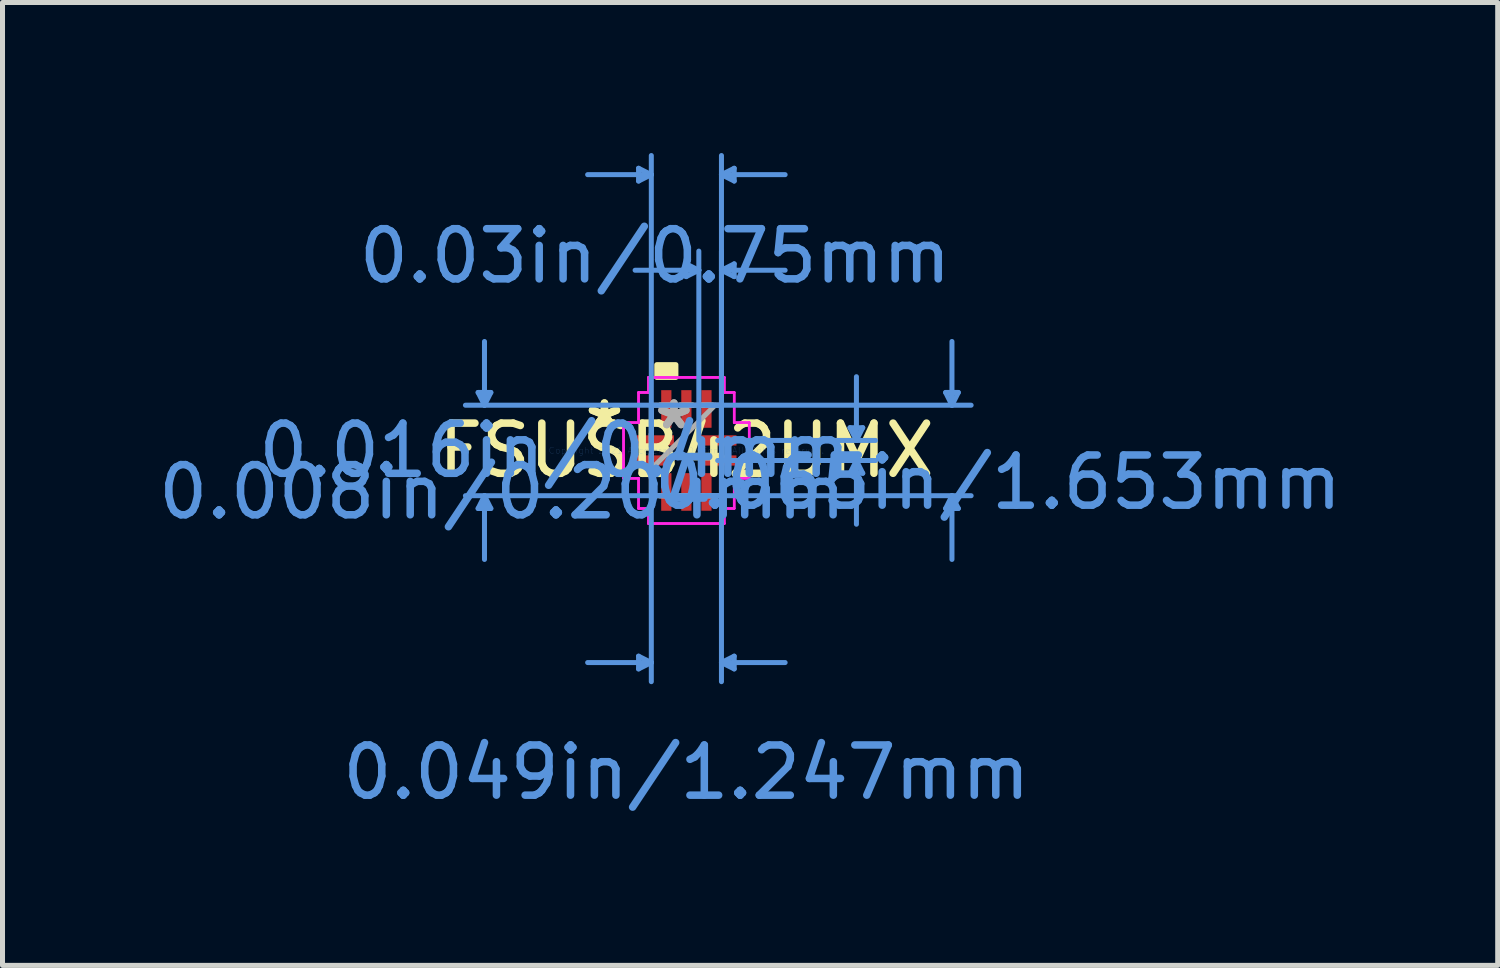
<source format=kicad_pcb>
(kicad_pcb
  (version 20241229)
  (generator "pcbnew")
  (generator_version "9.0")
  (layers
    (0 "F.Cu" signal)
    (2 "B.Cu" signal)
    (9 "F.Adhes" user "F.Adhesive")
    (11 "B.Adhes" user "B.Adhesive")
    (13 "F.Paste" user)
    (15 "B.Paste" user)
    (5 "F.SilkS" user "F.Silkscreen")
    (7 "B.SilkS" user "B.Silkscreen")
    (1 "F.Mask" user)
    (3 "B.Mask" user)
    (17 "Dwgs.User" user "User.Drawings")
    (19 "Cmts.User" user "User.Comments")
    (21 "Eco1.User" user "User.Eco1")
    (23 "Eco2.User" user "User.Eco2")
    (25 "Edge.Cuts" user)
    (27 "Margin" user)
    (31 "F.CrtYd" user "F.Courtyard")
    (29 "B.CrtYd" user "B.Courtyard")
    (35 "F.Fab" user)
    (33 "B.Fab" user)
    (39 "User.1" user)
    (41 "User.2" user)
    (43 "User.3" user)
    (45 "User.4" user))
  (footprint "FSUSB42UMX"
    (layer "F.Cu")
    (at 10.63 5.928)
    (property "Reference" "FSUSB42UMX" (at 0 0 0) (layer "F.SilkS") (effects (font (size 1 1) (thickness 0.15))))
    (attr through_hole)
    (fp_poly (pts (xy -0.59 -1.456) (xy -0.59 -1.71) (xy -0.209 -1.71) (xy -0.209 -1.456)) (stroke (width 0.1) (type solid)) (fill yes) (layer "F.SilkS"))
    (fp_line (start -4.151 -1.156) (end -3.897 -1.156) (stroke (width 0.1) (type solid)) (layer "Cmts.User"))
    (fp_line (start -4.151 1.156) (end -3.897 1.156) (stroke (width 0.1) (type solid)) (layer "Cmts.User"))
    (fp_line (start -4.024 -0.902) (end -4.151 -1.156) (stroke (width 0.1) (type solid)) (layer "Cmts.User"))
    (fp_line (start -4.024 -0.902) (end -4.024 -2.172) (stroke (width 0.1) (type solid)) (layer "Cmts.User"))
    (fp_line (start -4.024 -0.902) (end -3.897 -1.156) (stroke (width 0.1) (type solid)) (layer "Cmts.User"))
    (fp_line (start -4.024 0.902) (end -4.151 1.156) (stroke (width 0.1) (type solid)) (layer "Cmts.User"))
    (fp_line (start -4.024 0.902) (end -4.024 2.172) (stroke (width 0.1) (type solid)) (layer "Cmts.User"))
    (fp_line (start -4.024 0.902) (end -3.897 1.156) (stroke (width 0.1) (type solid)) (layer "Cmts.User"))
    (fp_line (start -0.953 -5.624) (end -0.953 -5.37) (stroke (width 0.1) (type solid)) (layer "Cmts.User"))
    (fp_line (start -0.953 4.1) (end -0.953 4.354) (stroke (width 0.1) (type solid)) (layer "Cmts.User"))
    (fp_line (start -0.699 -5.497) (end -1.968 -5.497) (stroke (width 0.1) (type solid)) (layer "Cmts.User"))
    (fp_line (start -0.699 -5.497) (end -0.953 -5.624) (stroke (width 0.1) (type solid)) (layer "Cmts.User"))
    (fp_line (start -0.699 -5.497) (end -0.953 -5.37) (stroke (width 0.1) (type solid)) (layer "Cmts.User"))
    (fp_line (start -0.699 -0.902) (end -0.699 4.608) (stroke (width 0.1) (type solid)) (layer "Cmts.User"))
    (fp_line (start -0.699 -0.2) (end -0.699 -5.878) (stroke (width 0.1) (type solid)) (layer "Cmts.User"))
    (fp_line (start -0.699 4.227) (end -1.968 4.227) (stroke (width 0.1) (type solid)) (layer "Cmts.User"))
    (fp_line (start -0.699 4.227) (end -0.953 4.1) (stroke (width 0.1) (type solid)) (layer "Cmts.User"))
    (fp_line (start -0.699 4.227) (end -0.953 4.354) (stroke (width 0.1) (type solid)) (layer "Cmts.User"))
    (fp_line (start -0.005 -3.719) (end -0.005 -3.465) (stroke (width 0.1) (type solid)) (layer "Cmts.User"))
    (fp_line (start 0.248 -3.592) (end -1.022 -3.592) (stroke (width 0.1) (type solid)) (layer "Cmts.User"))
    (fp_line (start 0.248 -3.592) (end -0.005 -3.719) (stroke (width 0.1) (type solid)) (layer "Cmts.User"))
    (fp_line (start 0.248 -3.592) (end -0.005 -3.465) (stroke (width 0.1) (type solid)) (layer "Cmts.User"))
    (fp_line (start 0.248 -0.2) (end 0.248 -3.973) (stroke (width 0.1) (type solid)) (layer "Cmts.User"))
    (fp_line (start 0.4 -0.902) (end 5.675 -0.902) (stroke (width 0.1) (type solid)) (layer "Cmts.User"))
    (fp_line (start 0.4 0.902) (end 5.675 0.902) (stroke (width 0.1) (type solid)) (layer "Cmts.User"))
    (fp_line (start 0.624 -0.2) (end 3.769 -0.2) (stroke (width 0.1) (type solid)) (layer "Cmts.User"))
    (fp_line (start 0.624 0.2) (end 3.769 0.2) (stroke (width 0.1) (type solid)) (layer "Cmts.User"))
    (fp_line (start 0.699 -5.497) (end 0.953 -5.624) (stroke (width 0.1) (type solid)) (layer "Cmts.User"))
    (fp_line (start 0.699 -5.497) (end 0.953 -5.37) (stroke (width 0.1) (type solid)) (layer "Cmts.User"))
    (fp_line (start 0.699 -5.497) (end 1.968 -5.497) (stroke (width 0.1) (type solid)) (layer "Cmts.User"))
    (fp_line (start 0.699 -3.592) (end 0.953 -3.719) (stroke (width 0.1) (type solid)) (layer "Cmts.User"))
    (fp_line (start 0.699 -3.592) (end 0.953 -3.465) (stroke (width 0.1) (type solid)) (layer "Cmts.User"))
    (fp_line (start 0.699 -3.592) (end 1.968 -3.592) (stroke (width 0.1) (type solid)) (layer "Cmts.User"))
    (fp_line (start 0.699 -0.902) (end -4.404 -0.902) (stroke (width 0.1) (type solid)) (layer "Cmts.User"))
    (fp_line (start 0.699 -0.902) (end 0.699 4.608) (stroke (width 0.1) (type solid)) (layer "Cmts.User"))
    (fp_line (start 0.699 -0.2) (end 0.699 -5.878) (stroke (width 0.1) (type solid)) (layer "Cmts.User"))
    (fp_line (start 0.699 -0.2) (end 0.699 -3.973) (stroke (width 0.1) (type solid)) (layer "Cmts.User"))
    (fp_line (start 0.699 0.902) (end -4.404 0.902) (stroke (width 0.1) (type solid)) (layer "Cmts.User"))
    (fp_line (start 0.699 4.227) (end 0.953 4.1) (stroke (width 0.1) (type solid)) (layer "Cmts.User"))
    (fp_line (start 0.699 4.227) (end 0.953 4.354) (stroke (width 0.1) (type solid)) (layer "Cmts.User"))
    (fp_line (start 0.699 4.227) (end 1.968 4.227) (stroke (width 0.1) (type solid)) (layer "Cmts.User"))
    (fp_line (start 0.953 -5.624) (end 0.953 -5.37) (stroke (width 0.1) (type solid)) (layer "Cmts.User"))
    (fp_line (start 0.953 -3.719) (end 0.953 -3.465) (stroke (width 0.1) (type solid)) (layer "Cmts.User"))
    (fp_line (start 0.953 4.1) (end 0.953 4.354) (stroke (width 0.1) (type solid)) (layer "Cmts.User"))
    (fp_line (start 3.261 -0.454) (end 3.515 -0.454) (stroke (width 0.1) (type solid)) (layer "Cmts.User"))
    (fp_line (start 3.261 0.454) (end 3.515 0.454) (stroke (width 0.1) (type solid)) (layer "Cmts.User"))
    (fp_line (start 3.389 -0.2) (end 3.261 -0.454) (stroke (width 0.1) (type solid)) (layer "Cmts.User"))
    (fp_line (start 3.389 -0.2) (end 3.389 -1.47) (stroke (width 0.1) (type solid)) (layer "Cmts.User"))
    (fp_line (start 3.389 -0.2) (end 3.515 -0.454) (stroke (width 0.1) (type solid)) (layer "Cmts.User"))
    (fp_line (start 3.389 0.2) (end 3.261 0.454) (stroke (width 0.1) (type solid)) (layer "Cmts.User"))
    (fp_line (start 3.389 0.2) (end 3.389 1.47) (stroke (width 0.1) (type solid)) (layer "Cmts.User"))
    (fp_line (start 3.389 0.2) (end 3.515 0.454) (stroke (width 0.1) (type solid)) (layer "Cmts.User"))
    (fp_line (start 5.167 -1.156) (end 5.42 -1.156) (stroke (width 0.1) (type solid)) (layer "Cmts.User"))
    (fp_line (start 5.167 1.156) (end 5.42 1.156) (stroke (width 0.1) (type solid)) (layer "Cmts.User"))
    (fp_line (start 5.293 -0.902) (end 5.167 -1.156) (stroke (width 0.1) (type solid)) (layer "Cmts.User"))
    (fp_line (start 5.293 -0.902) (end 5.293 -2.172) (stroke (width 0.1) (type solid)) (layer "Cmts.User"))
    (fp_line (start 5.293 -0.902) (end 5.42 -1.156) (stroke (width 0.1) (type solid)) (layer "Cmts.User"))
    (fp_line (start 5.293 0.902) (end 5.167 1.156) (stroke (width 0.1) (type solid)) (layer "Cmts.User"))
    (fp_line (start 5.293 0.902) (end 5.293 2.172) (stroke (width 0.1) (type solid)) (layer "Cmts.User"))
    (fp_line (start 5.293 0.902) (end 5.42 1.156) (stroke (width 0.1) (type solid)) (layer "Cmts.User"))
    (fp_line (start -1.252 -0.556) (end -0.953 -0.556) (stroke (width 0.05) (type solid)) (layer "F.CrtYd"))
    (fp_line (start -1.252 -0.556) (end -0.953 -0.556) (stroke (width 0.05) (type solid)) (layer "F.CrtYd"))
    (fp_line (start -1.252 0.556) (end -1.252 -0.556) (stroke (width 0.05) (type solid)) (layer "F.CrtYd"))
    (fp_line (start -1.252 0.556) (end -1.252 -0.556) (stroke (width 0.05) (type solid)) (layer "F.CrtYd"))
    (fp_line (start -0.953 -1.156) (end -0.756 -1.156) (stroke (width 0.05) (type solid)) (layer "F.CrtYd"))
    (fp_line (start -0.953 -1.156) (end -0.756 -1.156) (stroke (width 0.05) (type solid)) (layer "F.CrtYd"))
    (fp_line (start -0.953 -0.556) (end -0.953 -1.156) (stroke (width 0.05) (type solid)) (layer "F.CrtYd"))
    (fp_line (start -0.953 -0.556) (end -0.953 -1.156) (stroke (width 0.05) (type solid)) (layer "F.CrtYd"))
    (fp_line (start -0.953 0.556) (end -1.252 0.556) (stroke (width 0.05) (type solid)) (layer "F.CrtYd"))
    (fp_line (start -0.953 0.556) (end -1.252 0.556) (stroke (width 0.05) (type solid)) (layer "F.CrtYd"))
    (fp_line (start -0.953 1.156) (end -0.953 0.556) (stroke (width 0.05) (type solid)) (layer "F.CrtYd"))
    (fp_line (start -0.953 1.156) (end -0.953 0.556) (stroke (width 0.05) (type solid)) (layer "F.CrtYd"))
    (fp_line (start -0.756 -1.456) (end 0.756 -1.456) (stroke (width 0.05) (type solid)) (layer "F.CrtYd"))
    (fp_line (start -0.756 -1.456) (end 0.756 -1.456) (stroke (width 0.05) (type solid)) (layer "F.CrtYd"))
    (fp_line (start -0.756 -1.156) (end -0.756 -1.456) (stroke (width 0.05) (type solid)) (layer "F.CrtYd"))
    (fp_line (start -0.756 -1.156) (end -0.756 -1.456) (stroke (width 0.05) (type solid)) (layer "F.CrtYd"))
    (fp_line (start -0.756 1.156) (end -0.953 1.156) (stroke (width 0.05) (type solid)) (layer "F.CrtYd"))
    (fp_line (start -0.756 1.156) (end -0.953 1.156) (stroke (width 0.05) (type solid)) (layer "F.CrtYd"))
    (fp_line (start -0.756 1.456) (end -0.756 1.156) (stroke (width 0.05) (type solid)) (layer "F.CrtYd"))
    (fp_line (start -0.756 1.456) (end -0.756 1.156) (stroke (width 0.05) (type solid)) (layer "F.CrtYd"))
    (fp_line (start 0.756 -1.456) (end 0.756 -1.156) (stroke (width 0.05) (type solid)) (layer "F.CrtYd"))
    (fp_line (start 0.756 -1.456) (end 0.756 -1.156) (stroke (width 0.05) (type solid)) (layer "F.CrtYd"))
    (fp_line (start 0.756 -1.156) (end 0.953 -1.156) (stroke (width 0.05) (type solid)) (layer "F.CrtYd"))
    (fp_line (start 0.756 -1.156) (end 0.953 -1.156) (stroke (width 0.05) (type solid)) (layer "F.CrtYd"))
    (fp_line (start 0.756 1.156) (end 0.756 1.456) (stroke (width 0.05) (type solid)) (layer "F.CrtYd"))
    (fp_line (start 0.756 1.156) (end 0.756 1.456) (stroke (width 0.05) (type solid)) (layer "F.CrtYd"))
    (fp_line (start 0.756 1.456) (end -0.756 1.456) (stroke (width 0.05) (type solid)) (layer "F.CrtYd"))
    (fp_line (start 0.756 1.456) (end -0.756 1.456) (stroke (width 0.05) (type solid)) (layer "F.CrtYd"))
    (fp_line (start 0.953 -1.156) (end 0.953 -0.556) (stroke (width 0.05) (type solid)) (layer "F.CrtYd"))
    (fp_line (start 0.953 -1.156) (end 0.953 -0.556) (stroke (width 0.05) (type solid)) (layer "F.CrtYd"))
    (fp_line (start 0.953 -0.556) (end 1.252 -0.556) (stroke (width 0.05) (type solid)) (layer "F.CrtYd"))
    (fp_line (start 0.953 -0.556) (end 1.252 -0.556) (stroke (width 0.05) (type solid)) (layer "F.CrtYd"))
    (fp_line (start 0.953 0.556) (end 0.953 1.156) (stroke (width 0.05) (type solid)) (layer "F.CrtYd"))
    (fp_line (start 0.953 0.556) (end 0.953 1.156) (stroke (width 0.05) (type solid)) (layer "F.CrtYd"))
    (fp_line (start 0.953 1.156) (end 0.756 1.156) (stroke (width 0.05) (type solid)) (layer "F.CrtYd"))
    (fp_line (start 0.953 1.156) (end 0.756 1.156) (stroke (width 0.05) (type solid)) (layer "F.CrtYd"))
    (fp_line (start 1.252 -0.556) (end 1.252 0.556) (stroke (width 0.05) (type solid)) (layer "F.CrtYd"))
    (fp_line (start 1.252 -0.556) (end 1.252 0.556) (stroke (width 0.05) (type solid)) (layer "F.CrtYd"))
    (fp_line (start 1.252 0.556) (end 0.953 0.556) (stroke (width 0.05) (type solid)) (layer "F.CrtYd"))
    (fp_line (start 1.252 0.556) (end 0.953 0.556) (stroke (width 0.05) (type solid)) (layer "F.CrtYd"))
    (fp_line (start -0.699 -0.902) (end -0.699 -0.902) (stroke (width 0.1) (type solid)) (layer "F.Fab"))
    (fp_line (start -0.699 -0.902) (end -0.699 0.902) (stroke (width 0.1) (type solid)) (layer "F.Fab"))
    (fp_line (start -0.699 -0.327) (end -0.699 -0.327) (stroke (width 0.1) (type solid)) (layer "F.Fab"))
    (fp_line (start -0.699 -0.327) (end -0.699 -0.073) (stroke (width 0.1) (type solid)) (layer "F.Fab"))
    (fp_line (start -0.699 -0.073) (end -0.699 -0.327) (stroke (width 0.1) (type solid)) (layer "F.Fab"))
    (fp_line (start -0.699 -0.073) (end -0.699 -0.073) (stroke (width 0.1) (type solid)) (layer "F.Fab"))
    (fp_line (start -0.699 0.073) (end -0.699 0.073) (stroke (width 0.1) (type solid)) (layer "F.Fab"))
    (fp_line (start -0.699 0.073) (end -0.699 0.327) (stroke (width 0.1) (type solid)) (layer "F.Fab"))
    (fp_line (start -0.699 0.327) (end -0.699 0.073) (stroke (width 0.1) (type solid)) (layer "F.Fab"))
    (fp_line (start -0.699 0.327) (end -0.699 0.327) (stroke (width 0.1) (type solid)) (layer "F.Fab"))
    (fp_line (start -0.699 0.368) (end 0.572 -0.902) (stroke (width 0.1) (type solid)) (layer "F.Fab"))
    (fp_line (start -0.699 0.902) (end -0.699 0.902) (stroke (width 0.1) (type solid)) (layer "F.Fab"))
    (fp_line (start -0.699 0.902) (end 0.699 0.902) (stroke (width 0.1) (type solid)) (layer "F.Fab"))
    (fp_line (start -0.527 -0.902) (end -0.527 -0.902) (stroke (width 0.1) (type solid)) (layer "F.Fab"))
    (fp_line (start -0.527 -0.902) (end -0.273 -0.902) (stroke (width 0.1) (type solid)) (layer "F.Fab"))
    (fp_line (start -0.527 0.902) (end -0.527 0.902) (stroke (width 0.1) (type solid)) (layer "F.Fab"))
    (fp_line (start -0.527 0.902) (end -0.273 0.902) (stroke (width 0.1) (type solid)) (layer "F.Fab"))
    (fp_line (start -0.273 -0.902) (end -0.527 -0.902) (stroke (width 0.1) (type solid)) (layer "F.Fab"))
    (fp_line (start -0.273 -0.902) (end -0.273 -0.902) (stroke (width 0.1) (type solid)) (layer "F.Fab"))
    (fp_line (start -0.273 0.902) (end -0.527 0.902) (stroke (width 0.1) (type solid)) (layer "F.Fab"))
    (fp_line (start -0.273 0.902) (end -0.273 0.902) (stroke (width 0.1) (type solid)) (layer "F.Fab"))
    (fp_line (start -0.127 -0.902) (end -0.127 -0.902) (stroke (width 0.1) (type solid)) (layer "F.Fab"))
    (fp_line (start -0.127 -0.902) (end 0.127 -0.902) (stroke (width 0.1) (type solid)) (layer "F.Fab"))
    (fp_line (start -0.127 0.902) (end -0.127 0.902) (stroke (width 0.1) (type solid)) (layer "F.Fab"))
    (fp_line (start -0.127 0.902) (end 0.127 0.902) (stroke (width 0.1) (type solid)) (layer "F.Fab"))
    (fp_line (start 0.127 -0.902) (end -0.127 -0.902) (stroke (width 0.1) (type solid)) (layer "F.Fab"))
    (fp_line (start 0.127 -0.902) (end 0.127 -0.902) (stroke (width 0.1) (type solid)) (layer "F.Fab"))
    (fp_line (start 0.127 0.902) (end -0.127 0.902) (stroke (width 0.1) (type solid)) (layer "F.Fab"))
    (fp_line (start 0.127 0.902) (end 0.127 0.902) (stroke (width 0.1) (type solid)) (layer "F.Fab"))
    (fp_line (start 0.273 -0.902) (end 0.273 -0.902) (stroke (width 0.1) (type solid)) (layer "F.Fab"))
    (fp_line (start 0.273 -0.902) (end 0.527 -0.902) (stroke (width 0.1) (type solid)) (layer "F.Fab"))
    (fp_line (start 0.273 0.902) (end 0.273 0.902) (stroke (width 0.1) (type solid)) (layer "F.Fab"))
    (fp_line (start 0.273 0.902) (end 0.527 0.902) (stroke (width 0.1) (type solid)) (layer "F.Fab"))
    (fp_line (start 0.527 -0.902) (end 0.273 -0.902) (stroke (width 0.1) (type solid)) (layer "F.Fab"))
    (fp_line (start 0.527 -0.902) (end 0.527 -0.902) (stroke (width 0.1) (type solid)) (layer "F.Fab"))
    (fp_line (start 0.527 0.902) (end 0.273 0.902) (stroke (width 0.1) (type solid)) (layer "F.Fab"))
    (fp_line (start 0.527 0.902) (end 0.527 0.902) (stroke (width 0.1) (type solid)) (layer "F.Fab"))
    (fp_line (start 0.699 -0.902) (end -0.699 -0.902) (stroke (width 0.1) (type solid)) (layer "F.Fab"))
    (fp_line (start 0.699 -0.902) (end 0.699 -0.902) (stroke (width 0.1) (type solid)) (layer "F.Fab"))
    (fp_line (start 0.699 -0.327) (end 0.699 -0.327) (stroke (width 0.1) (type solid)) (layer "F.Fab"))
    (fp_line (start 0.699 -0.327) (end 0.699 -0.073) (stroke (width 0.1) (type solid)) (layer "F.Fab"))
    (fp_line (start 0.699 -0.073) (end 0.699 -0.327) (stroke (width 0.1) (type solid)) (layer "F.Fab"))
    (fp_line (start 0.699 -0.073) (end 0.699 -0.073) (stroke (width 0.1) (type solid)) (layer "F.Fab"))
    (fp_line (start 0.699 0.073) (end 0.699 0.073) (stroke (width 0.1) (type solid)) (layer "F.Fab"))
    (fp_line (start 0.699 0.073) (end 0.699 0.327) (stroke (width 0.1) (type solid)) (layer "F.Fab"))
    (fp_line (start 0.699 0.327) (end 0.699 0.073) (stroke (width 0.1) (type solid)) (layer "F.Fab"))
    (fp_line (start 0.699 0.327) (end 0.699 0.327) (stroke (width 0.1) (type solid)) (layer "F.Fab"))
    (fp_line (start 0.699 0.902) (end 0.699 -0.902) (stroke (width 0.1) (type solid)) (layer "F.Fab"))
    (fp_line (start 0.699 0.902) (end 0.699 0.902) (stroke (width 0.1) (type solid)) (layer "F.Fab"))
    (fp_text user "*" (at -1.633 -0.4 0) (layer "F.SilkS") (effects (font (size 1 1) (thickness 0.15))))
    (fp_text user "*" (at -1.633 -0.4 0) (layer "F.SilkS") (effects (font (size 1 1) (thickness 0.15))))
    (fp_text user "0.049in/1.247mm" (at 0 6.415 0) (layer "Cmts.User") (effects (font (size 1 1) (thickness 0.15))))
    (fp_text user "0.008in/0.204mm" (at -3.671 0.827 0) (layer "Cmts.User") (effects (font (size 1 1) (thickness 0.15))))
    (fp_text user "Copyright 2021 Accelerated Designs. All rights reserved." (at 0 0 0) (layer "Cmts.User") (effects (font (size 0.127 0.127) (thickness 0.002))))
    (fp_text user "0.065in/1.653mm" (at 6.212 0.635 0) (layer "Cmts.User") (effects (font (size 1 1) (thickness 0.15))))
    (fp_text user "0.03in/0.75mm" (at -0.624 -3.875 0) (layer "Cmts.User") (effects (font (size 1 1) (thickness 0.15))))
    (fp_text user "0.016in/0.4mm" (at -2.627 0 0) (layer "Cmts.User") (effects (font (size 1 1) (thickness 0.15))))
    (fp_text user "*" (at -0.248 -0.4 0) (layer "F.Fab") (effects (font (size 1 1) (thickness 0.15))))
    (fp_text user "*" (at -0.248 -0.4 0) (layer "F.Fab") (effects (font (size 1 1) (thickness 0.15))))
    (pad "1" smd rect (at -0.623 -0.2 90) (size 0.204 0.75) (layers "F.Cu" "F.Mask" "F.Paste"))
    (pad "2" smd rect (at -0.623 0.2 90) (size 0.204 0.75) (layers "F.Cu" "F.Mask" "F.Paste"))
    (pad "3" smd rect (at -0.4 0.827) (size 0.204 0.75) (layers "F.Cu" "F.Mask" "F.Paste"))
    (pad "4" smd rect (at 0 0.827) (size 0.204 0.75) (layers "F.Cu" "F.Mask" "F.Paste"))
    (pad "5" smd rect (at 0.4 0.827) (size 0.204 0.75) (layers "F.Cu" "F.Mask" "F.Paste"))
    (pad "6" smd rect (at 0.623 0.2 90) (size 0.204 0.75) (layers "F.Cu" "F.Mask" "F.Paste"))
    (pad "7" smd rect (at 0.623 -0.2 90) (size 0.204 0.75) (layers "F.Cu" "F.Mask" "F.Paste"))
    (pad "8" smd rect (at 0.4 -0.827) (size 0.204 0.75) (layers "F.Cu" "F.Mask" "F.Paste"))
    (pad "9" smd rect (at 0 -0.827) (size 0.204 0.75) (layers "F.Cu" "F.Mask" "F.Paste"))
    (pad "10" smd rect (at -0.4 -0.827) (size 0.204 0.75) (layers "F.Cu" "F.Mask" "F.Paste")))
  (gr_rect
    (start -3 -3)
    (end 26.8 16.191)
    (stroke (width 0.1) (type default))
    (fill no)
    (layer "Edge.Cuts")))
</source>
